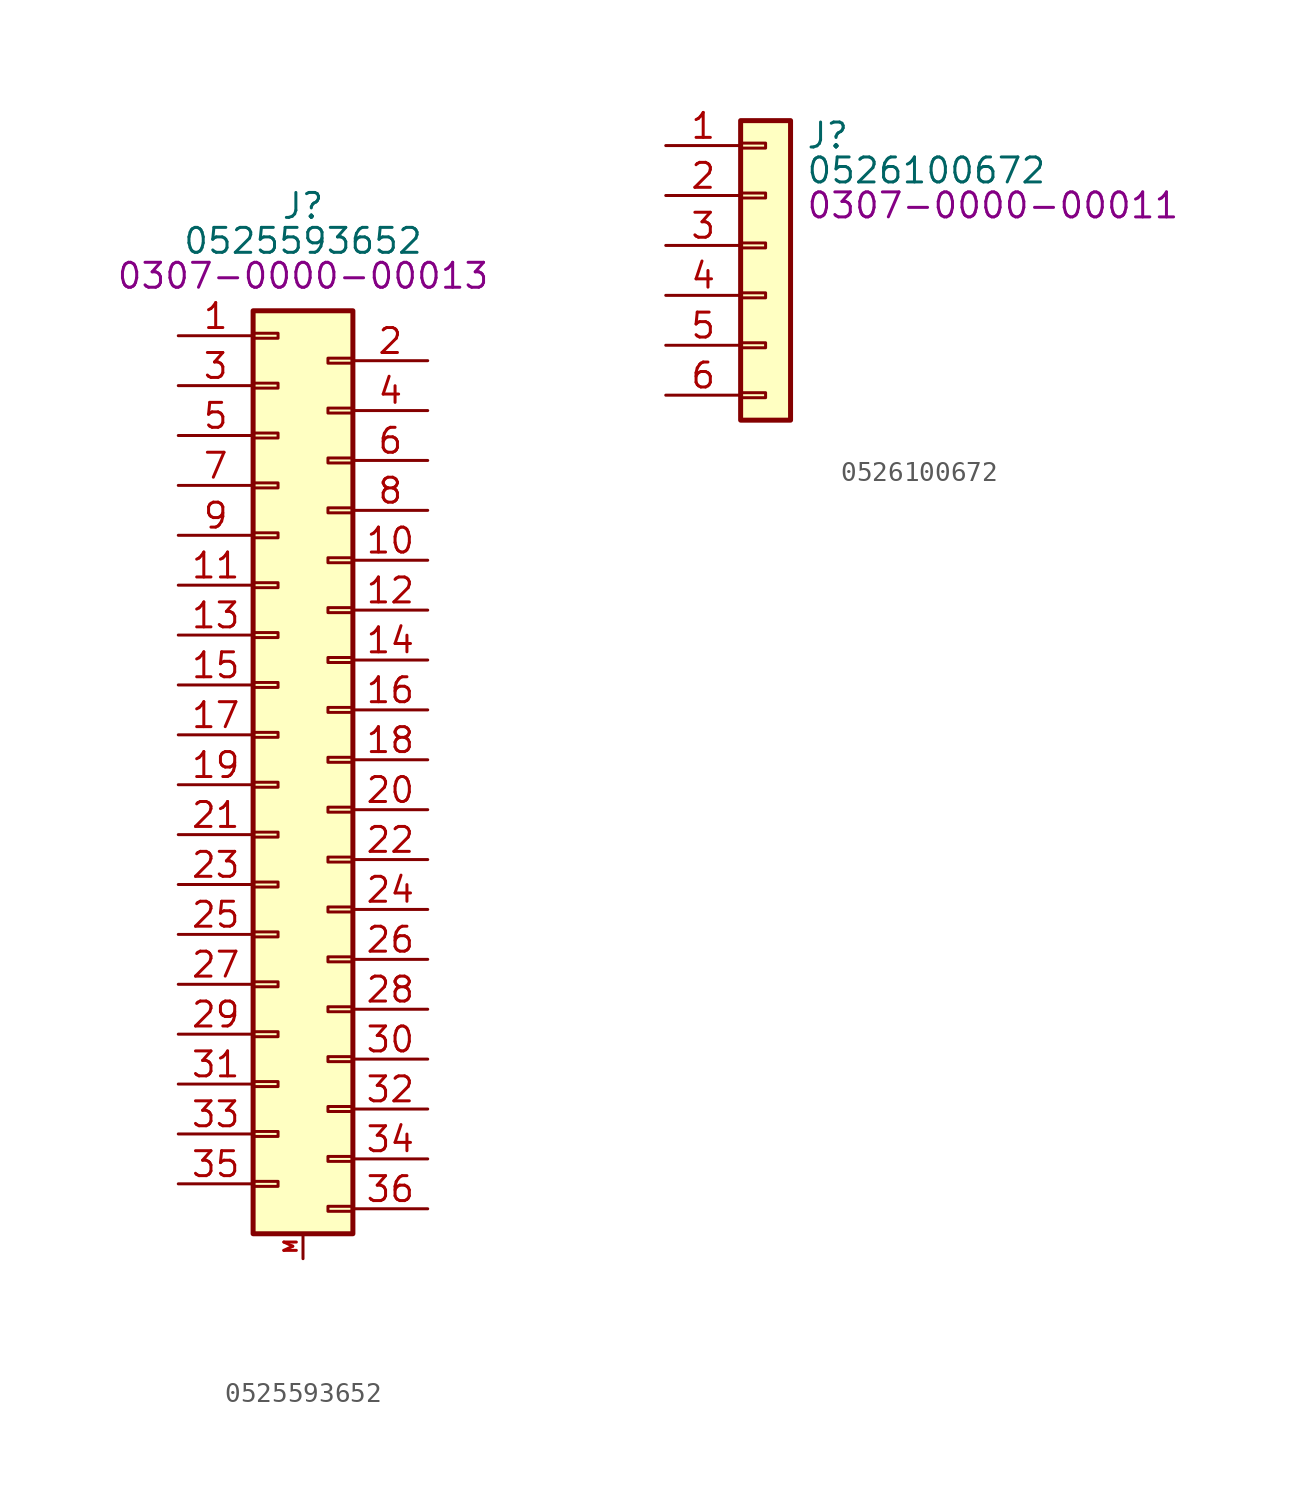
<source format=kicad_sym>
(kicad_symbol_lib
  (version 20231120)
  (generator "kicad_symbol_editor")
  (generator_version "8.0")
  (symbol "0525593652"
    (pin_names
      (offset 1.016) hide)
    (property "Reference" "J"
      (at 1.27 4.064 0)
      (effects (font (size 1.27 1.27))))
    (property "Value" "0525593652"
      (at 1.27 2.286 0)
      (effects (font (size 1.27 1.27))))
    (property "PartNumber" "0307-0000-00013"
      (at 1.27 0.508 0)
      (effects (font (size 1.27 1.27))))
    (symbol "0525593652_1_1"
      (rectangle (start -1.27 -45.593) (end 0 -45.847) (stroke (width 0.152) (type default)) (fill (type none)))
      (rectangle (start -1.27 -43.053) (end 0 -43.307) (stroke (width 0.152) (type default)) (fill (type none)))
      (rectangle (start -1.27 -40.513) (end 0 -40.767) (stroke (width 0.152) (type default)) (fill (type none)))
      (rectangle (start -1.27 -37.973) (end 0 -38.227) (stroke (width 0.152) (type default)) (fill (type none)))
      (rectangle (start -1.27 -35.433) (end 0 -35.687) (stroke (width 0.152) (type default)) (fill (type none)))
      (rectangle (start -1.27 -32.893) (end 0 -33.147) (stroke (width 0.152) (type default)) (fill (type none)))
      (rectangle (start -1.27 -30.353) (end 0 -30.607) (stroke (width 0.152) (type default)) (fill (type none)))
      (rectangle (start -1.27 -27.813) (end 0 -28.067) (stroke (width 0.152) (type default)) (fill (type none)))
      (rectangle (start -1.27 -25.273) (end 0 -25.527) (stroke (width 0.152) (type default)) (fill (type none)))
      (rectangle (start -1.27 -22.733) (end 0 -22.987) (stroke (width 0.152) (type default)) (fill (type none)))
      (rectangle (start -1.27 -20.193) (end 0 -20.447) (stroke (width 0.152) (type default)) (fill (type none)))
      (rectangle (start -1.27 -17.653) (end 0 -17.907) (stroke (width 0.152) (type default)) (fill (type none)))
      (rectangle (start -1.27 -15.113) (end 0 -15.367) (stroke (width 0.152) (type default)) (fill (type none)))
      (rectangle (start -1.27 -12.573) (end 0 -12.827) (stroke (width 0.152) (type default)) (fill (type none)))
      (rectangle (start -1.27 -10.033) (end 0 -10.287) (stroke (width 0.152) (type default)) (fill (type none)))
      (rectangle (start -1.27 -7.493) (end 0 -7.747) (stroke (width 0.152) (type default)) (fill (type none)))
      (rectangle (start -1.27 -4.953) (end 0 -5.207) (stroke (width 0.152) (type default)) (fill (type none)))
      (rectangle (start -1.27 -2.413) (end 0 -2.667) (stroke (width 0.152) (type default)) (fill (type none)))
      (rectangle (start -1.27 -1.27) (end 3.81 -48.26) (stroke (width 0.254) (type default)) (fill (type background)))
      (rectangle (start 3.81 -46.863) (end 2.54 -47.117) (stroke (width 0.152) (type default)) (fill (type none)))
      (rectangle (start 3.81 -44.323) (end 2.54 -44.577) (stroke (width 0.152) (type default)) (fill (type none)))
      (rectangle (start 3.81 -41.783) (end 2.54 -42.037) (stroke (width 0.152) (type default)) (fill (type none)))
      (rectangle (start 3.81 -39.243) (end 2.54 -39.497) (stroke (width 0.152) (type default)) (fill (type none)))
      (rectangle (start 3.81 -36.703) (end 2.54 -36.957) (stroke (width 0.152) (type default)) (fill (type none)))
      (rectangle (start 3.81 -34.163) (end 2.54 -34.417) (stroke (width 0.152) (type default)) (fill (type none)))
      (rectangle (start 3.81 -31.623) (end 2.54 -31.877) (stroke (width 0.152) (type default)) (fill (type none)))
      (rectangle (start 3.81 -29.083) (end 2.54 -29.337) (stroke (width 0.152) (type default)) (fill (type none)))
      (rectangle (start 3.81 -26.543) (end 2.54 -26.797) (stroke (width 0.152) (type default)) (fill (type none)))
      (rectangle (start 3.81 -24.003) (end 2.54 -24.257) (stroke (width 0.152) (type default)) (fill (type none)))
      (rectangle (start 3.81 -21.463) (end 2.54 -21.717) (stroke (width 0.152) (type default)) (fill (type none)))
      (rectangle (start 3.81 -18.923) (end 2.54 -19.177) (stroke (width 0.152) (type default)) (fill (type none)))
      (rectangle (start 3.81 -16.383) (end 2.54 -16.637) (stroke (width 0.152) (type default)) (fill (type none)))
      (rectangle (start 3.81 -13.843) (end 2.54 -14.097) (stroke (width 0.152) (type default)) (fill (type none)))
      (rectangle (start 3.81 -11.303) (end 2.54 -11.557) (stroke (width 0.152) (type default)) (fill (type none)))
      (rectangle (start 3.81 -8.763) (end 2.54 -9.017) (stroke (width 0.152) (type default)) (fill (type none)))
      (rectangle (start 3.81 -6.223) (end 2.54 -6.477) (stroke (width 0.152) (type default)) (fill (type none)))
      (rectangle (start 3.81 -3.683) (end 2.54 -3.937) (stroke (width 0.152) (type default)) (fill (type none)))
      (pin passive line (at -5.08 -2.54 0) (length 3.81) (name "Pin_1" (effects (font (size 1.27 1.27)))) (number "1" (effects (font (size 1.27 1.27)))))
      (pin passive line (at 7.62 -13.97 180) (length 3.81) (name "Pin_10" (effects (font (size 1.27 1.27)))) (number "10" (effects (font (size 1.27 1.27)))))
      (pin passive line (at -5.08 -15.24 0) (length 3.81) (name "Pin_11" (effects (font (size 1.27 1.27)))) (number "11" (effects (font (size 1.27 1.27)))))
      (pin passive line (at 7.62 -16.51 180) (length 3.81) (name "Pin_12" (effects (font (size 1.27 1.27)))) (number "12" (effects (font (size 1.27 1.27)))))
      (pin passive line (at -5.08 -17.78 0) (length 3.81) (name "Pin_13" (effects (font (size 1.27 1.27)))) (number "13" (effects (font (size 1.27 1.27)))))
      (pin passive line (at 7.62 -19.05 180) (length 3.81) (name "Pin_14" (effects (font (size 1.27 1.27)))) (number "14" (effects (font (size 1.27 1.27)))))
      (pin passive line (at -5.08 -20.32 0) (length 3.81) (name "Pin_15" (effects (font (size 1.27 1.27)))) (number "15" (effects (font (size 1.27 1.27)))))
      (pin passive line (at 7.62 -21.59 180) (length 3.81) (name "Pin_16" (effects (font (size 1.27 1.27)))) (number "16" (effects (font (size 1.27 1.27)))))
      (pin passive line (at -5.08 -22.86 0) (length 3.81) (name "Pin_17" (effects (font (size 1.27 1.27)))) (number "17" (effects (font (size 1.27 1.27)))))
      (pin passive line (at 7.62 -24.13 180) (length 3.81) (name "Pin_18" (effects (font (size 1.27 1.27)))) (number "18" (effects (font (size 1.27 1.27)))))
      (pin passive line (at -5.08 -25.4 0) (length 3.81) (name "Pin_19" (effects (font (size 1.27 1.27)))) (number "19" (effects (font (size 1.27 1.27)))))
      (pin passive line (at 7.62 -3.81 180) (length 3.81) (name "Pin_2" (effects (font (size 1.27 1.27)))) (number "2" (effects (font (size 1.27 1.27)))))
      (pin passive line (at 7.62 -26.67 180) (length 3.81) (name "Pin_20" (effects (font (size 1.27 1.27)))) (number "20" (effects (font (size 1.27 1.27)))))
      (pin passive line (at -5.08 -27.94 0) (length 3.81) (name "Pin_21" (effects (font (size 1.27 1.27)))) (number "21" (effects (font (size 1.27 1.27)))))
      (pin passive line (at 7.62 -29.21 180) (length 3.81) (name "Pin_22" (effects (font (size 1.27 1.27)))) (number "22" (effects (font (size 1.27 1.27)))))
      (pin passive line (at -5.08 -30.48 0) (length 3.81) (name "Pin_23" (effects (font (size 1.27 1.27)))) (number "23" (effects (font (size 1.27 1.27)))))
      (pin passive line (at 7.62 -31.75 180) (length 3.81) (name "Pin_24" (effects (font (size 1.27 1.27)))) (number "24" (effects (font (size 1.27 1.27)))))
      (pin passive line (at -5.08 -33.02 0) (length 3.81) (name "Pin_25" (effects (font (size 1.27 1.27)))) (number "25" (effects (font (size 1.27 1.27)))))
      (pin passive line (at 7.62 -34.29 180) (length 3.81) (name "Pin_26" (effects (font (size 1.27 1.27)))) (number "26" (effects (font (size 1.27 1.27)))))
      (pin passive line (at -5.08 -35.56 0) (length 3.81) (name "Pin_27" (effects (font (size 1.27 1.27)))) (number "27" (effects (font (size 1.27 1.27)))))
      (pin passive line (at 7.62 -36.83 180) (length 3.81) (name "Pin_28" (effects (font (size 1.27 1.27)))) (number "28" (effects (font (size 1.27 1.27)))))
      (pin passive line (at -5.08 -38.1 0) (length 3.81) (name "Pin_29" (effects (font (size 1.27 1.27)))) (number "29" (effects (font (size 1.27 1.27)))))
      (pin passive line (at -5.08 -5.08 0) (length 3.81) (name "Pin_3" (effects (font (size 1.27 1.27)))) (number "3" (effects (font (size 1.27 1.27)))))
      (pin passive line (at 7.62 -39.37 180) (length 3.81) (name "Pin_30" (effects (font (size 1.27 1.27)))) (number "30" (effects (font (size 1.27 1.27)))))
      (pin passive line (at -5.08 -40.64 0) (length 3.81) (name "Pin_31" (effects (font (size 1.27 1.27)))) (number "31" (effects (font (size 1.27 1.27)))))
      (pin passive line (at 7.62 -41.91 180) (length 3.81) (name "Pin_32" (effects (font (size 1.27 1.27)))) (number "32" (effects (font (size 1.27 1.27)))))
      (pin passive line (at -5.08 -43.18 0) (length 3.81) (name "Pin_33" (effects (font (size 1.27 1.27)))) (number "33" (effects (font (size 1.27 1.27)))))
      (pin passive line (at 7.62 -44.45 180) (length 3.81) (name "Pin_34" (effects (font (size 1.27 1.27)))) (number "34" (effects (font (size 1.27 1.27)))))
      (pin passive line (at -5.08 -45.72 0) (length 3.81) (name "Pin_35" (effects (font (size 1.27 1.27)))) (number "35" (effects (font (size 1.27 1.27)))))
      (pin passive line (at 7.62 -46.99 180) (length 3.81) (name "Pin_36" (effects (font (size 1.27 1.27)))) (number "36" (effects (font (size 1.27 1.27)))))
      (pin passive line (at 7.62 -6.35 180) (length 3.81) (name "Pin_4" (effects (font (size 1.27 1.27)))) (number "4" (effects (font (size 1.27 1.27)))))
      (pin passive line (at -5.08 -7.62 0) (length 3.81) (name "Pin_5" (effects (font (size 1.27 1.27)))) (number "5" (effects (font (size 1.27 1.27)))))
      (pin passive line (at 7.62 -8.89 180) (length 3.81) (name "Pin_6" (effects (font (size 1.27 1.27)))) (number "6" (effects (font (size 1.27 1.27)))))
      (pin passive line (at -5.08 -10.16 0) (length 3.81) (name "Pin_7" (effects (font (size 1.27 1.27)))) (number "7" (effects (font (size 1.27 1.27)))))
      (pin passive line (at 7.62 -11.43 180) (length 3.81) (name "Pin_8" (effects (font (size 1.27 1.27)))) (number "8" (effects (font (size 1.27 1.27)))))
      (pin passive line (at -5.08 -12.7 0) (length 3.81) (name "Pin_9" (effects (font (size 1.27 1.27)))) (number "9" (effects (font (size 1.27 1.27)))))
      (pin passive line (at 1.27 -49.53 90) (length 1.27) (name "MNT" (effects (font (size 0.635 0.635)))) (number "M" (effects (font (size 0.635 0.635)))))))
  (symbol "0526100672"
    (pin_names hide)
    (property "Reference" "J"
      (at 2.032 -2.032 0)
      (effects (font (size 1.27 1.27)) (justify left)))
    (property "Value" "0526100672"
      (at 2.032 -3.81 0)
      (effects (font (size 1.27 1.27)) (justify left)))
    (property "PartNumber" "0307-0000-00011"
      (at 2.032 -5.588 0)
      (effects (font (size 1.27 1.27)) (justify left)))
    (symbol "0526100672_1_1"
      (rectangle (start -1.27 -15.113) (end 0 -15.367) (stroke (width 0.152) (type default)) (fill (type none)))
      (rectangle (start -1.27 -12.573) (end 0 -12.827) (stroke (width 0.152) (type default)) (fill (type none)))
      (rectangle (start -1.27 -10.033) (end 0 -10.287) (stroke (width 0.152) (type default)) (fill (type none)))
      (rectangle (start -1.27 -7.493) (end 0 -7.747) (stroke (width 0.152) (type default)) (fill (type none)))
      (rectangle (start -1.27 -4.953) (end 0 -5.207) (stroke (width 0.152) (type default)) (fill (type none)))
      (rectangle (start -1.27 -2.413) (end 0 -2.667) (stroke (width 0.152) (type default)) (fill (type none)))
      (rectangle (start -1.27 -1.27) (end 1.27 -16.51) (stroke (width 0.254) (type default)) (fill (type background)))
      (pin passive line (at -5.08 -2.54 0) (length 3.81) (name "Pin_1" (effects (font (size 1.27 1.27)))) (number "1" (effects (font (size 1.27 1.27)))))
      (pin passive line (at -5.08 -5.08 0) (length 3.81) (name "Pin_2" (effects (font (size 1.27 1.27)))) (number "2" (effects (font (size 1.27 1.27)))))
      (pin passive line (at -5.08 -7.62 0) (length 3.81) (name "Pin_3" (effects (font (size 1.27 1.27)))) (number "3" (effects (font (size 1.27 1.27)))))
      (pin passive line (at -5.08 -10.16 0) (length 3.81) (name "Pin_4" (effects (font (size 1.27 1.27)))) (number "4" (effects (font (size 1.27 1.27)))))
      (pin passive line (at -5.08 -12.7 0) (length 3.81) (name "Pin_5" (effects (font (size 1.27 1.27)))) (number "5" (effects (font (size 1.27 1.27)))))
      (pin passive line (at -5.08 -15.24 0) (length 3.81) (name "Pin_6" (effects (font (size 1.27 1.27)))) (number "6" (effects (font (size 1.27 1.27))))))))
</source>
